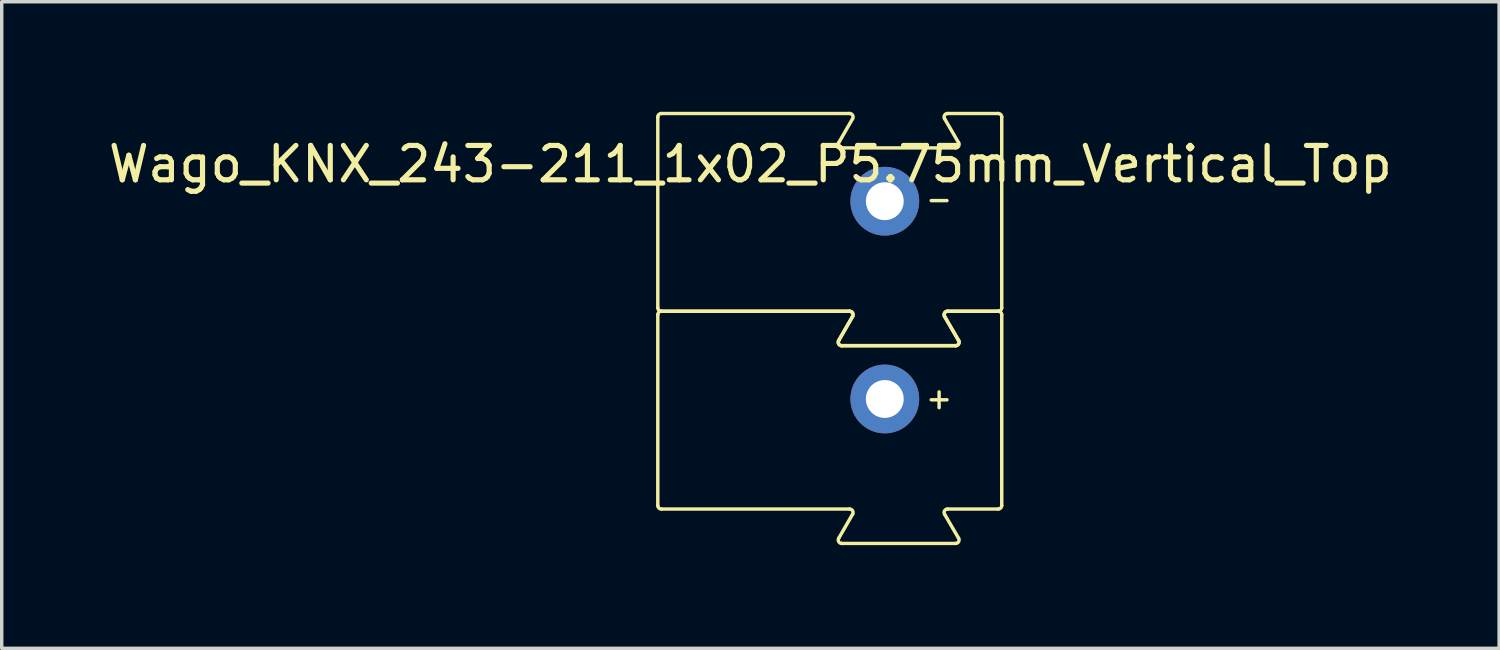
<source format=kicad_pcb>
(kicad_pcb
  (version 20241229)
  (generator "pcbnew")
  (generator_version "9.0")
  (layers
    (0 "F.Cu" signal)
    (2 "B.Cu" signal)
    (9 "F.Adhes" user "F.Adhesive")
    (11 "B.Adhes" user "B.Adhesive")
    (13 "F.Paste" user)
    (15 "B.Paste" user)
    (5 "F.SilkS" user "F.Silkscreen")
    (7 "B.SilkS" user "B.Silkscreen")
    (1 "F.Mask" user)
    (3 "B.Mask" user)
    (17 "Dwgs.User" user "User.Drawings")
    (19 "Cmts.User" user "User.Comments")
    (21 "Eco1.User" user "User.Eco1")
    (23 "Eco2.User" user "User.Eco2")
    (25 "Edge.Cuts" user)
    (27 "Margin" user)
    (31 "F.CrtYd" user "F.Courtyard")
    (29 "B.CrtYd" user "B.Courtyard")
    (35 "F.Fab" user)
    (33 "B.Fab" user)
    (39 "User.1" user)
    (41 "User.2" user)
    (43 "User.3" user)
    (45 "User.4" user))
  (footprint "Wago_KNX_243-211_1x02_P5.75mm_Vertical_Top"
    (layer "F.Cu")
    (at 16.075 0.25)
    (property "Reference" "Wago_KNX_243-211_1x02_P5.75mm_Vertical_Top" (at 2.692 1.473 0) (layer "F.SilkS") (effects (font (size 1 1) (thickness 0.15))))
    (attr through_hole)
    (fp_curve (pts (xy 0 0.1) (xy 0 0.045) (xy 0.045 0) (xy 0.1 0)) (stroke (width 0.1) (type solid)) (layer "F.SilkS"))
    (fp_curve (pts (xy 0 5.65) (xy 0 5.65) (xy 0 0.1) (xy 0 0.1)) (stroke (width 0.1) (type solid)) (layer "F.SilkS"))
    (fp_curve (pts (xy 0 5.85) (xy 0 5.795) (xy 0.045 5.75) (xy 0.1 5.75)) (stroke (width 0.1) (type solid)) (layer "F.SilkS"))
    (fp_curve (pts (xy 0 11.4) (xy 0 11.4) (xy 0 5.85) (xy 0 5.85)) (stroke (width 0.1) (type solid)) (layer "F.SilkS"))
    (fp_curve (pts (xy 0.1 0) (xy 0.1 0) (xy 5.577 0) (xy 5.577 0)) (stroke (width 0.1) (type solid)) (layer "F.SilkS"))
    (fp_curve (pts (xy 0.1 5.75) (xy 0.045 5.75) (xy 0 5.705) (xy 0 5.65)) (stroke (width 0.1) (type solid)) (layer "F.SilkS"))
    (fp_curve (pts (xy 0.1 5.75) (xy 0.1 5.75) (xy 5.577 5.75) (xy 5.577 5.75)) (stroke (width 0.1) (type solid)) (layer "F.SilkS"))
    (fp_curve (pts (xy 0.1 11.5) (xy 0.045 11.5) (xy 0 11.455) (xy 0 11.4)) (stroke (width 0.1) (type solid)) (layer "F.SilkS"))
    (fp_curve (pts (xy 5.26 0.85) (xy 5.222 0.917) (xy 5.27 1) (xy 5.347 1)) (stroke (width 0.1) (type solid)) (layer "F.SilkS"))
    (fp_curve (pts (xy 5.26 6.6) (xy 5.26 6.6) (xy 5.664 5.9) (xy 5.664 5.9)) (stroke (width 0.1) (type solid)) (layer "F.SilkS"))
    (fp_curve (pts (xy 5.26 6.6) (xy 5.222 6.667) (xy 5.27 6.75) (xy 5.347 6.75)) (stroke (width 0.1) (type solid)) (layer "F.SilkS"))
    (fp_curve (pts (xy 5.26 12.35) (xy 5.26 12.35) (xy 5.664 11.65) (xy 5.664 11.65)) (stroke (width 0.1) (type solid)) (layer "F.SilkS"))
    (fp_curve (pts (xy 5.347 1) (xy 5.347 1) (xy 8.66 1) (xy 8.66 1)) (stroke (width 0.1) (type solid)) (layer "F.SilkS"))
    (fp_curve (pts (xy 5.347 6.75) (xy 5.27 6.75) (xy 5.222 6.667) (xy 5.26 6.6)) (stroke (width 0.1) (type solid)) (layer "F.SilkS"))
    (fp_curve (pts (xy 5.347 6.75) (xy 5.347 6.75) (xy 8.66 6.75) (xy 8.66 6.75)) (stroke (width 0.1) (type solid)) (layer "F.SilkS"))
    (fp_curve (pts (xy 5.347 12.5) (xy 5.27 12.5) (xy 5.222 12.417) (xy 5.26 12.35)) (stroke (width 0.1) (type solid)) (layer "F.SilkS"))
    (fp_curve (pts (xy 5.577 0) (xy 5.654 0) (xy 5.702 0.083) (xy 5.664 0.15)) (stroke (width 0.1) (type solid)) (layer "F.SilkS"))
    (fp_curve (pts (xy 5.577 5.75) (xy 5.577 5.75) (xy 0.1 5.75) (xy 0.1 5.75)) (stroke (width 0.1) (type solid)) (layer "F.SilkS"))
    (fp_curve (pts (xy 5.577 5.75) (xy 5.654 5.75) (xy 5.702 5.833) (xy 5.664 5.9)) (stroke (width 0.1) (type solid)) (layer "F.SilkS"))
    (fp_curve (pts (xy 5.577 11.5) (xy 5.577 11.5) (xy 0.1 11.5) (xy 0.1 11.5)) (stroke (width 0.1) (type solid)) (layer "F.SilkS"))
    (fp_curve (pts (xy 5.664 0.15) (xy 5.664 0.15) (xy 5.26 0.85) (xy 5.26 0.85)) (stroke (width 0.1) (type solid)) (layer "F.SilkS"))
    (fp_curve (pts (xy 5.664 5.9) (xy 5.702 5.833) (xy 5.654 5.75) (xy 5.577 5.75)) (stroke (width 0.1) (type solid)) (layer "F.SilkS"))
    (fp_curve (pts (xy 5.664 5.9) (xy 5.664 5.9) (xy 5.26 6.6) (xy 5.26 6.6)) (stroke (width 0.1) (type solid)) (layer "F.SilkS"))
    (fp_curve (pts (xy 5.664 11.65) (xy 5.702 11.583) (xy 5.654 11.5) (xy 5.577 11.5)) (stroke (width 0.1) (type solid)) (layer "F.SilkS"))
    (fp_curve (pts (xy 8.338 0.15) (xy 8.299 0.084) (xy 8.347 0) (xy 8.424 0)) (stroke (width 0.1) (type solid)) (layer "F.SilkS"))
    (fp_curve (pts (xy 8.338 5.9) (xy 8.338 5.9) (xy 8.746 6.6) (xy 8.746 6.6)) (stroke (width 0.1) (type solid)) (layer "F.SilkS"))
    (fp_curve (pts (xy 8.338 5.9) (xy 8.299 5.834) (xy 8.347 5.75) (xy 8.424 5.75)) (stroke (width 0.1) (type solid)) (layer "F.SilkS"))
    (fp_curve (pts (xy 8.338 11.65) (xy 8.338 11.65) (xy 8.746 12.35) (xy 8.746 12.35)) (stroke (width 0.1) (type solid)) (layer "F.SilkS"))
    (fp_curve (pts (xy 8.424 0) (xy 8.424 0) (xy 9.9 0) (xy 9.9 0)) (stroke (width 0.1) (type solid)) (layer "F.SilkS"))
    (fp_curve (pts (xy 8.424 5.75) (xy 8.347 5.75) (xy 8.299 5.834) (xy 8.338 5.9)) (stroke (width 0.1) (type solid)) (layer "F.SilkS"))
    (fp_curve (pts (xy 8.424 5.75) (xy 8.424 5.75) (xy 9.9 5.75) (xy 9.9 5.75)) (stroke (width 0.1) (type solid)) (layer "F.SilkS"))
    (fp_curve (pts (xy 8.424 11.5) (xy 8.347 11.5) (xy 8.299 11.584) (xy 8.338 11.65)) (stroke (width 0.1) (type solid)) (layer "F.SilkS"))
    (fp_curve (pts (xy 8.66 1) (xy 8.737 1) (xy 8.785 0.916) (xy 8.746 0.85)) (stroke (width 0.1) (type solid)) (layer "F.SilkS"))
    (fp_curve (pts (xy 8.66 6.75) (xy 8.66 6.75) (xy 5.347 6.75) (xy 5.347 6.75)) (stroke (width 0.1) (type solid)) (layer "F.SilkS"))
    (fp_curve (pts (xy 8.66 6.75) (xy 8.737 6.75) (xy 8.785 6.666) (xy 8.746 6.6)) (stroke (width 0.1) (type solid)) (layer "F.SilkS"))
    (fp_curve (pts (xy 8.66 12.5) (xy 8.66 12.5) (xy 5.347 12.5) (xy 5.347 12.5)) (stroke (width 0.1) (type solid)) (layer "F.SilkS"))
    (fp_curve (pts (xy 8.746 0.85) (xy 8.746 0.85) (xy 8.338 0.15) (xy 8.338 0.15)) (stroke (width 0.1) (type solid)) (layer "F.SilkS"))
    (fp_curve (pts (xy 8.746 6.6) (xy 8.785 6.666) (xy 8.737 6.75) (xy 8.66 6.75)) (stroke (width 0.1) (type solid)) (layer "F.SilkS"))
    (fp_curve (pts (xy 8.746 6.6) (xy 8.746 6.6) (xy 8.338 5.9) (xy 8.338 5.9)) (stroke (width 0.1) (type solid)) (layer "F.SilkS"))
    (fp_curve (pts (xy 8.746 12.35) (xy 8.785 12.416) (xy 8.737 12.5) (xy 8.66 12.5)) (stroke (width 0.1) (type solid)) (layer "F.SilkS"))
    (fp_curve (pts (xy 9.9 0) (xy 9.955 0) (xy 10 0.045) (xy 10 0.1)) (stroke (width 0.1) (type solid)) (layer "F.SilkS"))
    (fp_curve (pts (xy 9.9 5.75) (xy 9.9 5.75) (xy 8.424 5.75) (xy 8.424 5.75)) (stroke (width 0.1) (type solid)) (layer "F.SilkS"))
    (fp_curve (pts (xy 9.9 5.75) (xy 9.955 5.75) (xy 10 5.795) (xy 10 5.85)) (stroke (width 0.1) (type solid)) (layer "F.SilkS"))
    (fp_curve (pts (xy 9.9 11.5) (xy 9.9 11.5) (xy 8.424 11.5) (xy 8.424 11.5)) (stroke (width 0.1) (type solid)) (layer "F.SilkS"))
    (fp_curve (pts (xy 10 0.1) (xy 10 0.1) (xy 10 5.65) (xy 10 5.65)) (stroke (width 0.1) (type solid)) (layer "F.SilkS"))
    (fp_curve (pts (xy 10 5.65) (xy 10 5.705) (xy 9.955 5.75) (xy 9.9 5.75)) (stroke (width 0.1) (type solid)) (layer "F.SilkS"))
    (fp_curve (pts (xy 10 5.85) (xy 10 5.85) (xy 10 11.4) (xy 10 11.4)) (stroke (width 0.1) (type solid)) (layer "F.SilkS"))
    (fp_curve (pts (xy 10 11.4) (xy 10 11.455) (xy 9.955 11.5) (xy 9.9 11.5)) (stroke (width 0.1) (type solid)) (layer "F.SilkS"))
    (fp_text user "-" (at 8.179 2.489 0) (layer "F.SilkS") (effects (font (size 0.6 0.6) (thickness 0.1))))
    (fp_text user "+" (at 8.179 8.28 0) (layer "F.SilkS") (effects (font (size 0.6 0.6) (thickness 0.1))))
    (pad "1" thru_hole circle (at 6.6 8.3) (size 2 2) (drill 1.1) (layers "*.Cu" "*.Mask"))
    (pad "2" thru_hole circle (at 6.6 2.55) (size 2 2) (drill 1.1) (layers "*.Cu" "*.Mask")))
  (gr_rect
    (start -3 -3)
    (end 40.536 15.8)
    (stroke (width 0.1) (type default))
    (fill no)
    (layer "Edge.Cuts")))
</source>
